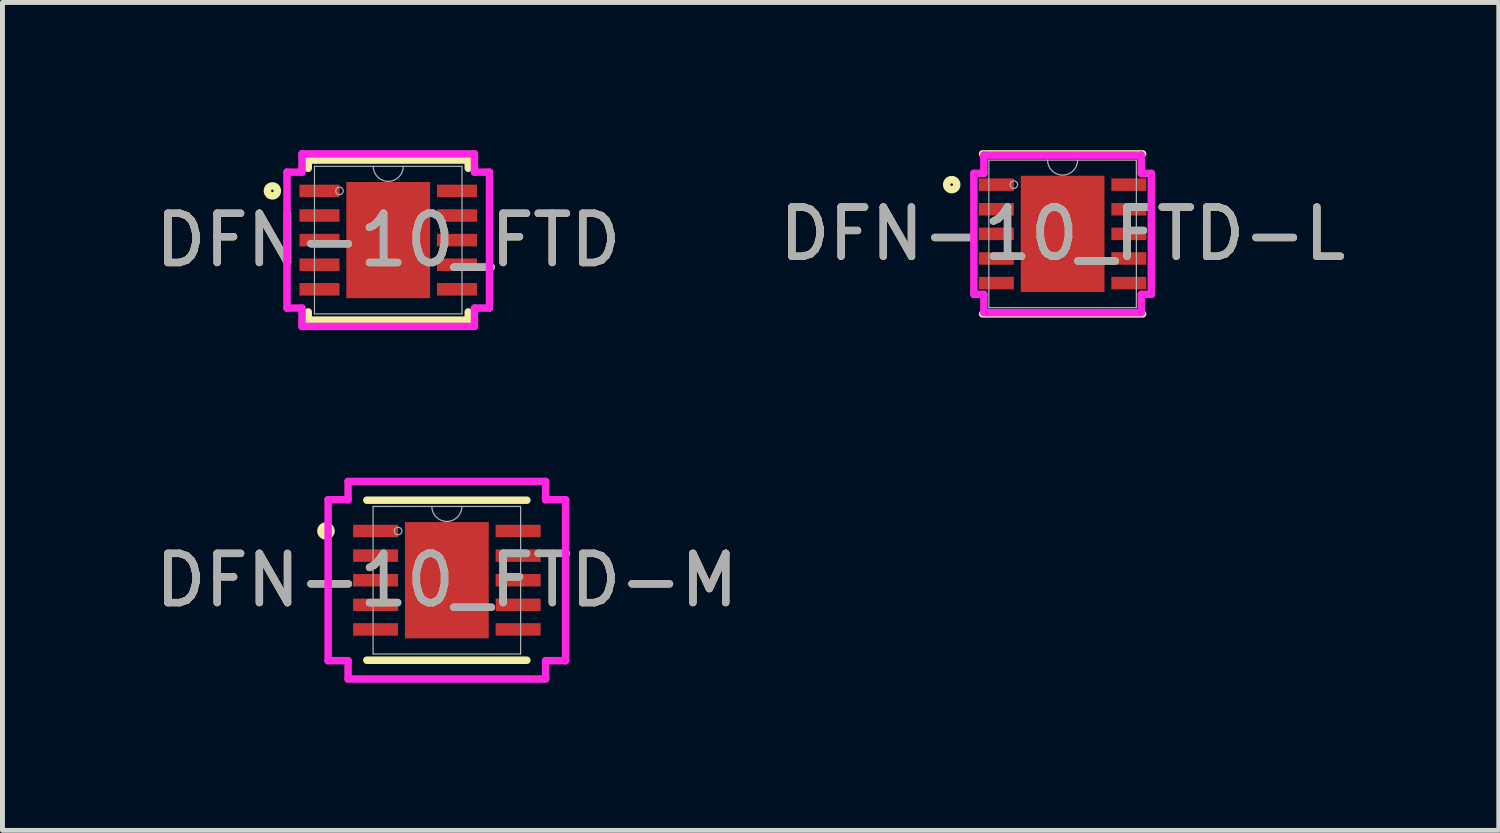
<source format=kicad_pcb>
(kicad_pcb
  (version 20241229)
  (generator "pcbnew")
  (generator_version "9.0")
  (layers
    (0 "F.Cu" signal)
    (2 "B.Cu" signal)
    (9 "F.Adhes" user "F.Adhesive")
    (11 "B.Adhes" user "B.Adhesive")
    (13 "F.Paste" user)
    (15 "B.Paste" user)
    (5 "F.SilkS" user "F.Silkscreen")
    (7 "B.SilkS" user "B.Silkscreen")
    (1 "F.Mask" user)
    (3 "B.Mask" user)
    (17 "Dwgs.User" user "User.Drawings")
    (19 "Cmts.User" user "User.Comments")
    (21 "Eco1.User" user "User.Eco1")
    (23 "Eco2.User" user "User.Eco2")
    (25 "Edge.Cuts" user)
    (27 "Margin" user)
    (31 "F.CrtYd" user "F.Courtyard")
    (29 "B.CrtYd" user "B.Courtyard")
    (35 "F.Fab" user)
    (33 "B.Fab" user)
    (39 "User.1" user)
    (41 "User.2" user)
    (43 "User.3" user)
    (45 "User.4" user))
  (footprint "DFN-10_FTD-L"
    (layer "F.Cu")
    (at 18.542 1.702)
    (property "Reference" "DFN-10_FTD-L" (at 0 0 0) (unlocked yes) (layer "F.SilkS") (effects (font (size 1 1) (thickness 0.15))))
    (attr smd)
    (fp_line (start -1.626 1.626) (end 1.626 1.626) (stroke (width 0.152) (type solid)) (layer "F.SilkS"))
    (fp_line (start 1.626 -1.626) (end -1.626 -1.626) (stroke (width 0.152) (type solid)) (layer "F.SilkS"))
    (fp_circle (center -2.253 -1) (end -2.151 -1) (stroke (width 0.152) (type solid)) (fill no) (layer "F.SilkS"))
    (fp_line (start -1.803 -1.229) (end -1.6 -1.229) (stroke (width 0.152) (type solid)) (layer "F.CrtYd"))
    (fp_line (start -1.803 1.229) (end -1.803 -1.229) (stroke (width 0.152) (type solid)) (layer "F.CrtYd"))
    (fp_line (start -1.803 1.229) (end -1.6 1.229) (stroke (width 0.152) (type solid)) (layer "F.CrtYd"))
    (fp_line (start -1.6 -1.6) (end 1.6 -1.6) (stroke (width 0.152) (type solid)) (layer "F.CrtYd"))
    (fp_line (start -1.6 -1.229) (end -1.6 -1.6) (stroke (width 0.152) (type solid)) (layer "F.CrtYd"))
    (fp_line (start -1.6 1.6) (end -1.6 1.229) (stroke (width 0.152) (type solid)) (layer "F.CrtYd"))
    (fp_line (start 1.6 -1.6) (end 1.6 -1.229) (stroke (width 0.152) (type solid)) (layer "F.CrtYd"))
    (fp_line (start 1.6 1.229) (end 1.6 1.6) (stroke (width 0.152) (type solid)) (layer "F.CrtYd"))
    (fp_line (start 1.6 1.6) (end -1.6 1.6) (stroke (width 0.152) (type solid)) (layer "F.CrtYd"))
    (fp_line (start 1.803 -1.229) (end 1.6 -1.229) (stroke (width 0.152) (type solid)) (layer "F.CrtYd"))
    (fp_line (start 1.803 -1.229) (end 1.803 1.229) (stroke (width 0.152) (type solid)) (layer "F.CrtYd"))
    (fp_line (start 1.803 1.229) (end 1.6 1.229) (stroke (width 0.152) (type solid)) (layer "F.CrtYd"))
    (fp_line (start -1.499 -1.499) (end -1.499 1.499) (stroke (width 0.025) (type solid)) (layer "F.Fab"))
    (fp_line (start -1.499 1.499) (end 1.499 1.499) (stroke (width 0.025) (type solid)) (layer "F.Fab"))
    (fp_line (start 1.499 -1.499) (end -1.499 -1.499) (stroke (width 0.025) (type solid)) (layer "F.Fab"))
    (fp_line (start 1.499 1.499) (end 1.499 -1.499) (stroke (width 0.025) (type solid)) (layer "F.Fab"))
    (fp_arc (start 0.3048 -1.4986) (mid 0 -1.1938) (end -0.3048 -1.4986) (stroke (width 0.0254) (type solid)) (layer "F.Fab"))
    (fp_circle (center -0.991 -1) (end -0.914 -1) (stroke (width 0.025) (type solid)) (fill no) (layer "F.Fab"))
    (fp_text user "${REFERENCE}" (at 0 0 0) (unlocked yes) (layer "F.Fab") (effects (font (size 1 1) (thickness 0.15))))
    (pad "1" smd rect (at -1.346 -1) (size 0.711 0.254) (layers "F.Cu" "F.Mask" "F.Paste"))
    (pad "2" smd rect (at -1.346 -0.5) (size 0.711 0.254) (layers "F.Cu" "F.Mask" "F.Paste"))
    (pad "3" smd rect (at -1.346 0) (size 0.711 0.254) (layers "F.Cu" "F.Mask" "F.Paste"))
    (pad "4" smd rect (at -1.346 0.5) (size 0.711 0.254) (layers "F.Cu" "F.Mask" "F.Paste"))
    (pad "5" smd rect (at -1.346 1) (size 0.711 0.254) (layers "F.Cu" "F.Mask" "F.Paste"))
    (pad "6" smd rect (at 1.346 1) (size 0.711 0.254) (layers "F.Cu" "F.Mask" "F.Paste"))
    (pad "7" smd rect (at 1.346 0.5) (size 0.711 0.254) (layers "F.Cu" "F.Mask" "F.Paste"))
    (pad "8" smd rect (at 1.346 0) (size 0.711 0.254) (layers "F.Cu" "F.Mask" "F.Paste"))
    (pad "9" smd rect (at 1.346 -0.5) (size 0.711 0.254) (layers "F.Cu" "F.Mask" "F.Paste"))
    (pad "10" smd rect (at 1.346 -1) (size 0.711 0.254) (layers "F.Cu" "F.Mask" "F.Paste"))
    (pad "11" smd rect (at 0 0) (size 1.702 2.362) (layers "F.Cu" "F.Mask" "F.Paste")))
  (footprint "DFN-10_FTD"
    (layer "F.Cu")
    (at 4.839 1.829)
    (property "Reference" "DFN-10_FTD" (at 0 0 0) (unlocked yes) (layer "F.SilkS") (effects (font (size 1 1) (thickness 0.15))))
    (attr smd)
    (fp_line (start -1.626 -1.626) (end -1.626 -1.46) (stroke (width 0.152) (type solid)) (layer "F.SilkS"))
    (fp_line (start -1.626 1.46) (end -1.626 1.626) (stroke (width 0.152) (type solid)) (layer "F.SilkS"))
    (fp_line (start -1.626 1.626) (end 1.626 1.626) (stroke (width 0.152) (type solid)) (layer "F.SilkS"))
    (fp_line (start 1.626 -1.626) (end -1.626 -1.626) (stroke (width 0.152) (type solid)) (layer "F.SilkS"))
    (fp_line (start 1.626 -1.46) (end 1.626 -1.626) (stroke (width 0.152) (type solid)) (layer "F.SilkS"))
    (fp_line (start 1.626 1.626) (end 1.626 1.46) (stroke (width 0.152) (type solid)) (layer "F.SilkS"))
    (fp_circle (center -2.354 -1) (end -2.253 -1) (stroke (width 0.152) (type solid)) (fill no) (layer "F.SilkS"))
    (fp_line (start -2.057 -1.381) (end -1.753 -1.381) (stroke (width 0.152) (type solid)) (layer "F.CrtYd"))
    (fp_line (start -2.057 1.381) (end -2.057 -1.381) (stroke (width 0.152) (type solid)) (layer "F.CrtYd"))
    (fp_line (start -2.057 1.381) (end -1.753 1.381) (stroke (width 0.152) (type solid)) (layer "F.CrtYd"))
    (fp_line (start -1.753 -1.753) (end 1.753 -1.753) (stroke (width 0.152) (type solid)) (layer "F.CrtYd"))
    (fp_line (start -1.753 -1.381) (end -1.753 -1.753) (stroke (width 0.152) (type solid)) (layer "F.CrtYd"))
    (fp_line (start -1.753 1.753) (end -1.753 1.381) (stroke (width 0.152) (type solid)) (layer "F.CrtYd"))
    (fp_line (start 1.753 -1.753) (end 1.753 -1.381) (stroke (width 0.152) (type solid)) (layer "F.CrtYd"))
    (fp_line (start 1.753 1.381) (end 1.753 1.753) (stroke (width 0.152) (type solid)) (layer "F.CrtYd"))
    (fp_line (start 1.753 1.753) (end -1.753 1.753) (stroke (width 0.152) (type solid)) (layer "F.CrtYd"))
    (fp_line (start 2.057 -1.381) (end 1.753 -1.381) (stroke (width 0.152) (type solid)) (layer "F.CrtYd"))
    (fp_line (start 2.057 -1.381) (end 2.057 1.381) (stroke (width 0.152) (type solid)) (layer "F.CrtYd"))
    (fp_line (start 2.057 1.381) (end 1.753 1.381) (stroke (width 0.152) (type solid)) (layer "F.CrtYd"))
    (fp_line (start -1.499 -1.499) (end -1.499 1.499) (stroke (width 0.025) (type solid)) (layer "F.Fab"))
    (fp_line (start -1.499 1.499) (end 1.499 1.499) (stroke (width 0.025) (type solid)) (layer "F.Fab"))
    (fp_line (start 1.499 -1.499) (end -1.499 -1.499) (stroke (width 0.025) (type solid)) (layer "F.Fab"))
    (fp_line (start 1.499 1.499) (end 1.499 -1.499) (stroke (width 0.025) (type solid)) (layer "F.Fab"))
    (fp_arc (start 0.3048 -1.4986) (mid 0 -1.1938) (end -0.3048 -1.4986) (stroke (width 0.0254) (type solid)) (layer "F.Fab"))
    (fp_circle (center -0.991 -1) (end -0.914 -1) (stroke (width 0.025) (type solid)) (fill no) (layer "F.Fab"))
    (fp_text user "${REFERENCE}" (at 0 0 0) (unlocked yes) (layer "F.Fab") (effects (font (size 1 1) (thickness 0.15))))
    (pad "1" smd rect (at -1.397 -1) (size 0.813 0.254) (layers "F.Cu" "F.Mask" "F.Paste"))
    (pad "2" smd rect (at -1.397 -0.5) (size 0.813 0.254) (layers "F.Cu" "F.Mask" "F.Paste"))
    (pad "3" smd rect (at -1.397 0) (size 0.813 0.254) (layers "F.Cu" "F.Mask" "F.Paste"))
    (pad "4" smd rect (at -1.397 0.5) (size 0.813 0.254) (layers "F.Cu" "F.Mask" "F.Paste"))
    (pad "5" smd rect (at -1.397 1) (size 0.813 0.254) (layers "F.Cu" "F.Mask" "F.Paste"))
    (pad "6" smd rect (at 1.397 1) (size 0.813 0.254) (layers "F.Cu" "F.Mask" "F.Paste"))
    (pad "7" smd rect (at 1.397 0.5) (size 0.813 0.254) (layers "F.Cu" "F.Mask" "F.Paste"))
    (pad "8" smd rect (at 1.397 0) (size 0.813 0.254) (layers "F.Cu" "F.Mask" "F.Paste"))
    (pad "9" smd rect (at 1.397 -0.5) (size 0.813 0.254) (layers "F.Cu" "F.Mask" "F.Paste"))
    (pad "10" smd rect (at 1.397 -1) (size 0.813 0.254) (layers "F.Cu" "F.Mask" "F.Paste"))
    (pad "11" smd rect (at 0 0) (size 1.702 2.362) (layers "F.Cu" "F.Mask" "F.Paste")))
  (footprint "DFN-10_FTD-M"
    (layer "F.Cu")
    (at 6.03 8.74)
    (property "Reference" "DFN-10_FTD-M" (at 0 0 0) (unlocked yes) (layer "F.SilkS") (effects (font (size 1 1) (thickness 0.15))))
    (attr smd)
    (fp_line (start -1.626 1.626) (end 1.626 1.626) (stroke (width 0.152) (type solid)) (layer "F.SilkS"))
    (fp_line (start 1.626 -1.626) (end -1.626 -1.626) (stroke (width 0.152) (type solid)) (layer "F.SilkS"))
    (fp_circle (center -2.456 -1) (end -2.354 -1) (stroke (width 0.152) (type solid)) (fill no) (layer "F.SilkS"))
    (fp_line (start -2.413 -1.635) (end -2.007 -1.635) (stroke (width 0.152) (type solid)) (layer "F.CrtYd"))
    (fp_line (start -2.413 1.635) (end -2.413 -1.635) (stroke (width 0.152) (type solid)) (layer "F.CrtYd"))
    (fp_line (start -2.413 1.635) (end -2.007 1.635) (stroke (width 0.152) (type solid)) (layer "F.CrtYd"))
    (fp_line (start -2.007 -2.007) (end 2.007 -2.007) (stroke (width 0.152) (type solid)) (layer "F.CrtYd"))
    (fp_line (start -2.007 -1.635) (end -2.007 -2.007) (stroke (width 0.152) (type solid)) (layer "F.CrtYd"))
    (fp_line (start -2.007 2.007) (end -2.007 1.635) (stroke (width 0.152) (type solid)) (layer "F.CrtYd"))
    (fp_line (start 2.007 -2.007) (end 2.007 -1.635) (stroke (width 0.152) (type solid)) (layer "F.CrtYd"))
    (fp_line (start 2.007 1.635) (end 2.007 2.007) (stroke (width 0.152) (type solid)) (layer "F.CrtYd"))
    (fp_line (start 2.007 2.007) (end -2.007 2.007) (stroke (width 0.152) (type solid)) (layer "F.CrtYd"))
    (fp_line (start 2.413 -1.635) (end 2.007 -1.635) (stroke (width 0.152) (type solid)) (layer "F.CrtYd"))
    (fp_line (start 2.413 -1.635) (end 2.413 1.635) (stroke (width 0.152) (type solid)) (layer "F.CrtYd"))
    (fp_line (start 2.413 1.635) (end 2.007 1.635) (stroke (width 0.152) (type solid)) (layer "F.CrtYd"))
    (fp_line (start -1.499 -1.499) (end -1.499 1.499) (stroke (width 0.025) (type solid)) (layer "F.Fab"))
    (fp_line (start -1.499 1.499) (end 1.499 1.499) (stroke (width 0.025) (type solid)) (layer "F.Fab"))
    (fp_line (start 1.499 -1.499) (end -1.499 -1.499) (stroke (width 0.025) (type solid)) (layer "F.Fab"))
    (fp_line (start 1.499 1.499) (end 1.499 -1.499) (stroke (width 0.025) (type solid)) (layer "F.Fab"))
    (fp_arc (start 0.3048 -1.4986) (mid 0 -1.1938) (end -0.3048 -1.4986) (stroke (width 0.0254) (type solid)) (layer "F.Fab"))
    (fp_circle (center -0.991 -1) (end -0.914 -1) (stroke (width 0.025) (type solid)) (fill no) (layer "F.Fab"))
    (fp_text user "${REFERENCE}" (at 0 0 0) (unlocked yes) (layer "F.Fab") (effects (font (size 1 1) (thickness 0.15))))
    (pad "1" smd rect (at -1.448 -1) (size 0.914 0.254) (layers "F.Cu" "F.Mask" "F.Paste"))
    (pad "2" smd rect (at -1.448 -0.5) (size 0.914 0.254) (layers "F.Cu" "F.Mask" "F.Paste"))
    (pad "3" smd rect (at -1.448 0) (size 0.914 0.254) (layers "F.Cu" "F.Mask" "F.Paste"))
    (pad "4" smd rect (at -1.448 0.5) (size 0.914 0.254) (layers "F.Cu" "F.Mask" "F.Paste"))
    (pad "5" smd rect (at -1.448 1) (size 0.914 0.254) (layers "F.Cu" "F.Mask" "F.Paste"))
    (pad "6" smd rect (at 1.448 1) (size 0.914 0.254) (layers "F.Cu" "F.Mask" "F.Paste"))
    (pad "7" smd rect (at 1.448 0.5) (size 0.914 0.254) (layers "F.Cu" "F.Mask" "F.Paste"))
    (pad "8" smd rect (at 1.448 0) (size 0.914 0.254) (layers "F.Cu" "F.Mask" "F.Paste"))
    (pad "9" smd rect (at 1.448 -0.5) (size 0.914 0.254) (layers "F.Cu" "F.Mask" "F.Paste"))
    (pad "10" smd rect (at 1.448 -1) (size 0.914 0.254) (layers "F.Cu" "F.Mask" "F.Paste"))
    (pad "11" smd rect (at 0 0) (size 1.702 2.362) (layers "F.Cu" "F.Mask" "F.Paste")))
  (gr_rect
    (start -3 -3)
    (end 27.405 13.823)
    (stroke (width 0.1) (type default))
    (fill no)
    (layer "Edge.Cuts")))
</source>
